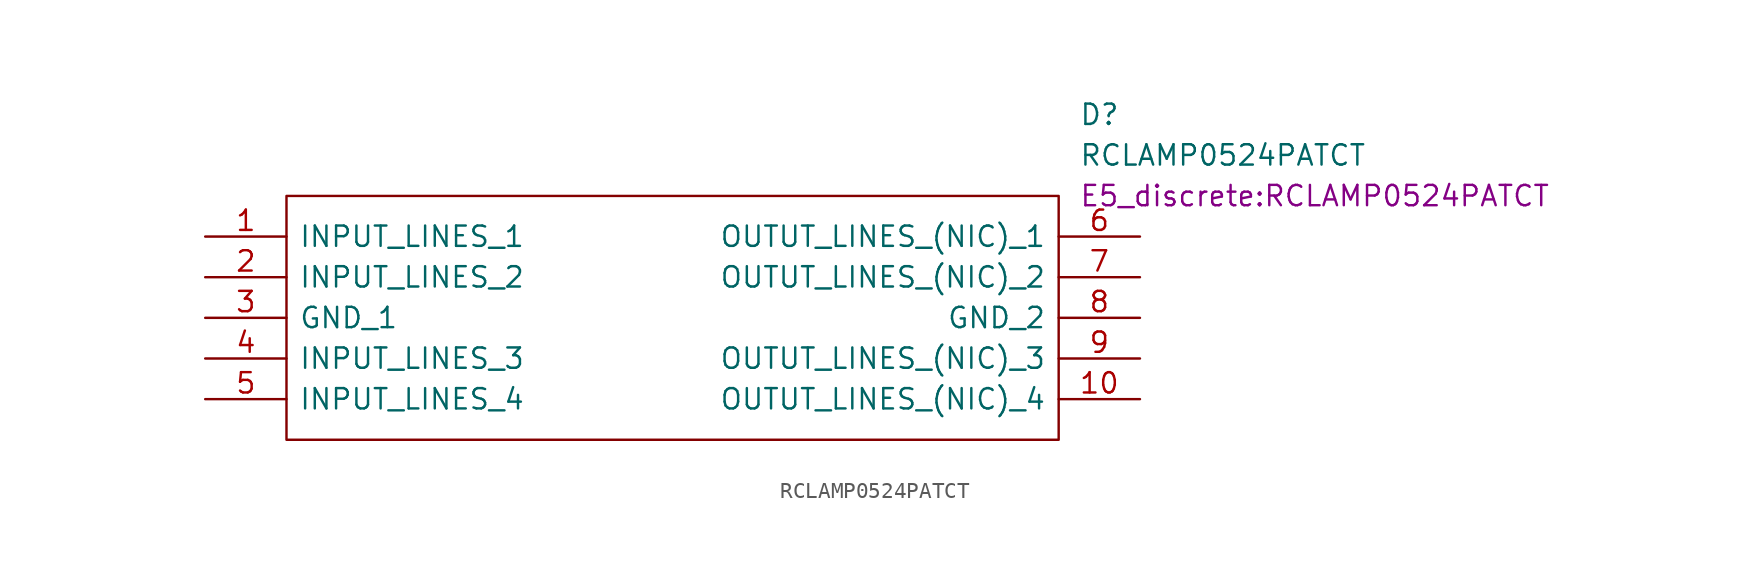
<source format=kicad_sym>
(kicad_symbol_lib
  (version 20211014)
  (generator kicad_symbol_editor)
  (symbol "RCLAMP0524PATCT"
    (pin_names
      (offset 0.762))
    (property "Reference" "D"
      (at 54.61 7.62 0)
      (effects (font (size 1.27 1.27)) (justify left)))
    (property "Value" "RCLAMP0524PATCT"
      (at 54.61 5.08 0)
      (effects (font (size 1.27 1.27)) (justify left)))
    (property "Footprint" "E5_discrete:RCLAMP0524PATCT"
      (at 54.61 2.54 0)
      (effects (font (size 1.27 1.27)) (justify left)))
    (symbol "RCLAMP0524PATCT_0_0"
      (pin passive line (at 0 0 0) (length 5.08) (name "INPUT_LINES_1" (effects (font (size 1.27 1.27)))) (number "1" (effects (font (size 1.27 1.27)))))
      (pin passive line (at 58.42 -10.16 180) (length 5.08) (name "OUTUT_LINES_(NIC)_4" (effects (font (size 1.27 1.27)))) (number "10" (effects (font (size 1.27 1.27)))))
      (pin passive line (at 0 -2.54 0) (length 5.08) (name "INPUT_LINES_2" (effects (font (size 1.27 1.27)))) (number "2" (effects (font (size 1.27 1.27)))))
      (pin passive line (at 0 -5.08 0) (length 5.08) (name "GND_1" (effects (font (size 1.27 1.27)))) (number "3" (effects (font (size 1.27 1.27)))))
      (pin passive line (at 0 -7.62 0) (length 5.08) (name "INPUT_LINES_3" (effects (font (size 1.27 1.27)))) (number "4" (effects (font (size 1.27 1.27)))))
      (pin passive line (at 0 -10.16 0) (length 5.08) (name "INPUT_LINES_4" (effects (font (size 1.27 1.27)))) (number "5" (effects (font (size 1.27 1.27)))))
      (pin passive line (at 58.42 0 180) (length 5.08) (name "OUTUT_LINES_(NIC)_1" (effects (font (size 1.27 1.27)))) (number "6" (effects (font (size 1.27 1.27)))))
      (pin passive line (at 58.42 -2.54 180) (length 5.08) (name "OUTUT_LINES_(NIC)_2" (effects (font (size 1.27 1.27)))) (number "7" (effects (font (size 1.27 1.27)))))
      (pin passive line (at 58.42 -5.08 180) (length 5.08) (name "GND_2" (effects (font (size 1.27 1.27)))) (number "8" (effects (font (size 1.27 1.27)))))
      (pin passive line (at 58.42 -7.62 180) (length 5.08) (name "OUTUT_LINES_(NIC)_3" (effects (font (size 1.27 1.27)))) (number "9" (effects (font (size 1.27 1.27))))))
    (symbol "RCLAMP0524PATCT_0_1"
      (polyline (pts (xy 5.08 2.54) (xy 53.34 2.54) (xy 53.34 -12.7) (xy 5.08 -12.7) (xy 5.08 2.54)) (stroke (width 0.152) (type default) (color 0 0 0 0)) (fill (type none))))))
</source>
